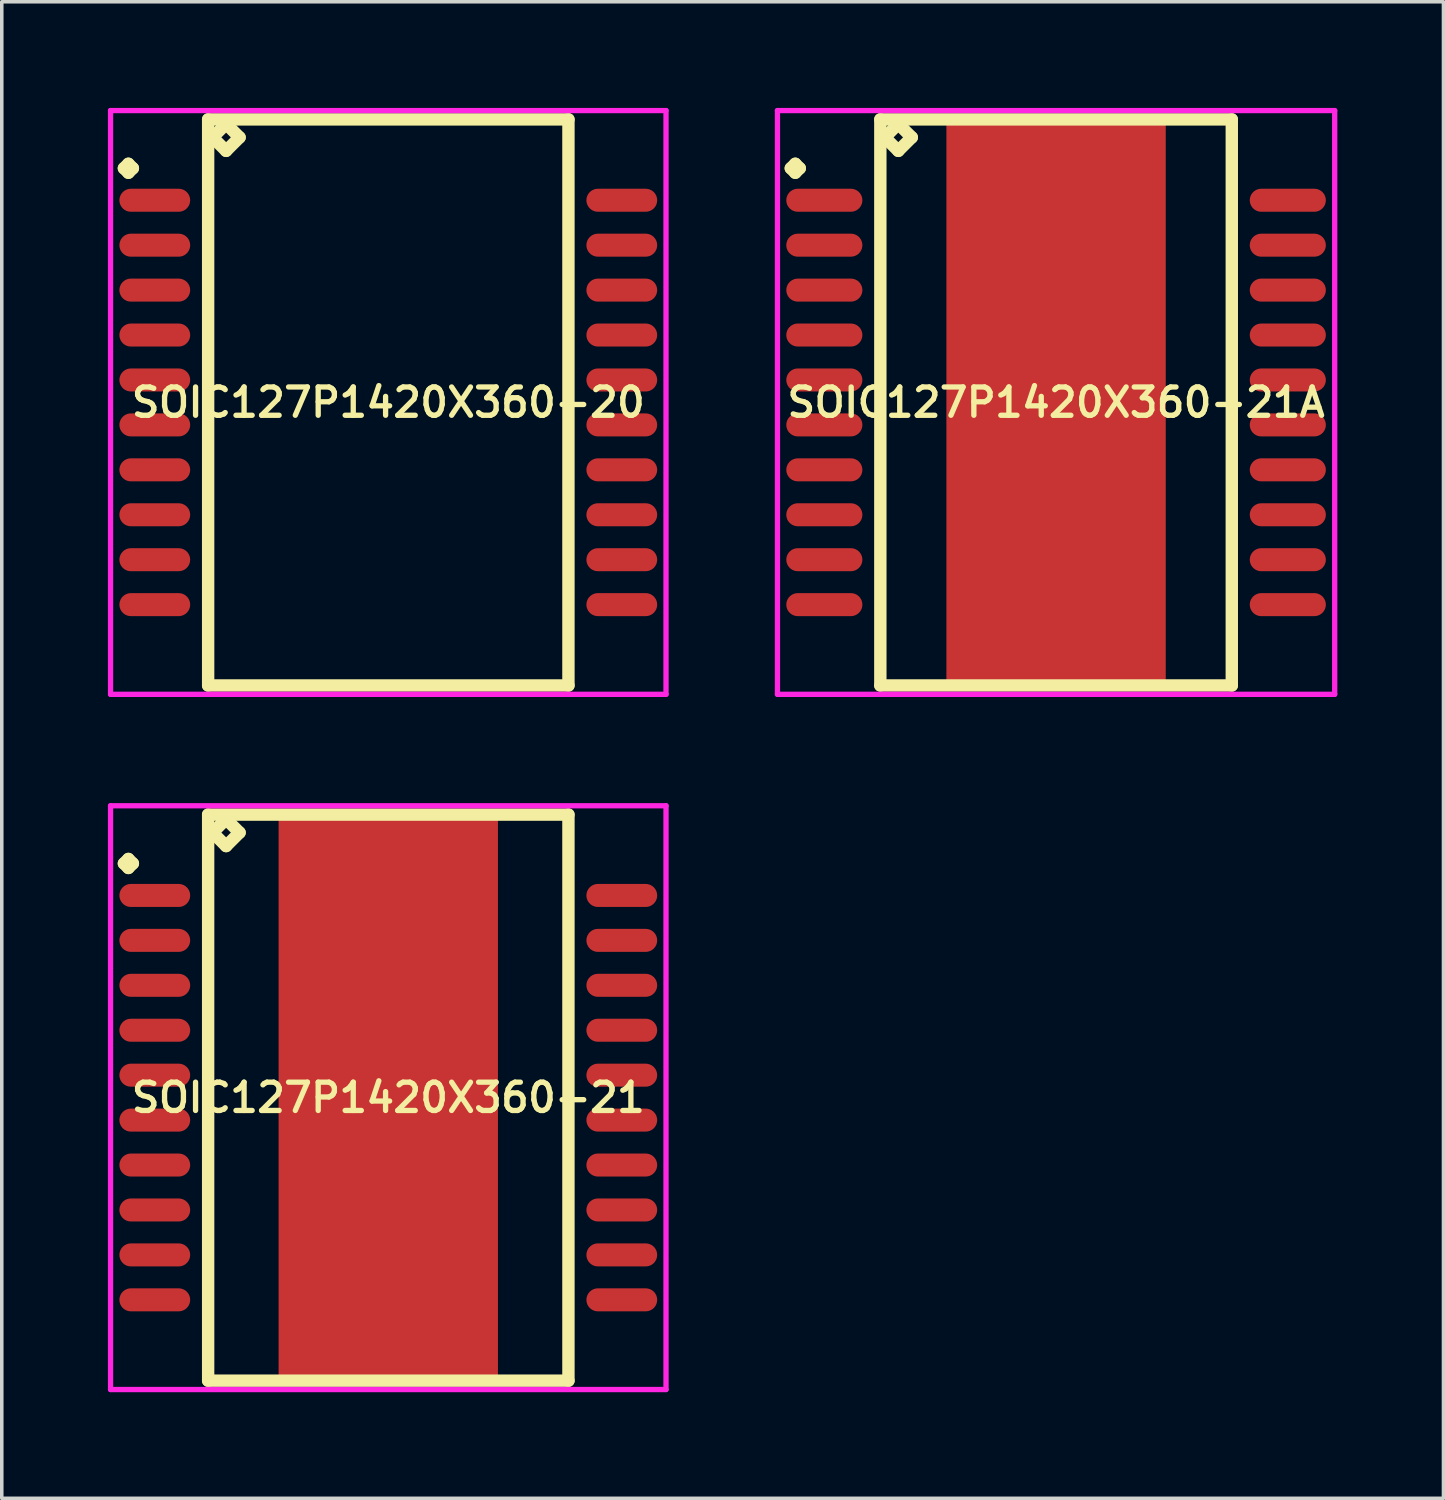
<source format=kicad_pcb>
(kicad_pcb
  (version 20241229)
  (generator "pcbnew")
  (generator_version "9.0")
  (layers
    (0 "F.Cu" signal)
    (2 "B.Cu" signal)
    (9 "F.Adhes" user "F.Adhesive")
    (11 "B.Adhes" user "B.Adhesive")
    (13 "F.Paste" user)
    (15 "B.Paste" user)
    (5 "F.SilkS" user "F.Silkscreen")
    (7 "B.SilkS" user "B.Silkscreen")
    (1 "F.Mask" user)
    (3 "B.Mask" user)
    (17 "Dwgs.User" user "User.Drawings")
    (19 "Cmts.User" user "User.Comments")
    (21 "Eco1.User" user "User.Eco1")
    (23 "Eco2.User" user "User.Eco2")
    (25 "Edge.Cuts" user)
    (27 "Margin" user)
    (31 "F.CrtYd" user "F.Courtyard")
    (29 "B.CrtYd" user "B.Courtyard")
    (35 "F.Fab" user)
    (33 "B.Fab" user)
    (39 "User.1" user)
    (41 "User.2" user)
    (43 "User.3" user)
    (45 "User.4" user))
  (footprint "SOIC127P1420X360-21"
    (layer "F.Cu")
    (at 7.925 27.975)
    (property "Reference" "SOIC127P1420X360-21" (at 0 0 0) (layer "F.SilkS") (effects (font (size 0.8 0.8) (thickness 0.15))))
    (attr smd)
    (fp_line (start -7.473 -6.619) (end -7.346 -6.746) (stroke (width 0.35) (type solid)) (layer "F.SilkS"))
    (fp_line (start -7.346 -6.746) (end -7.219 -6.619) (stroke (width 0.35) (type solid)) (layer "F.SilkS"))
    (fp_line (start -7.346 -6.492) (end -7.473 -6.619) (stroke (width 0.35) (type solid)) (layer "F.SilkS"))
    (fp_line (start -7.219 -6.619) (end -7.346 -6.492) (stroke (width 0.35) (type solid)) (layer "F.SilkS"))
    (fp_line (start -5.092 -8) (end -5.092 8) (stroke (width 0.35) (type solid)) (layer "F.SilkS"))
    (fp_line (start -5.092 8) (end 5.092 8) (stroke (width 0.35) (type solid)) (layer "F.SilkS"))
    (fp_line (start -4.965 -7.492) (end -4.584 -7.873) (stroke (width 0.35) (type solid)) (layer "F.SilkS"))
    (fp_line (start -4.584 -7.873) (end -4.203 -7.492) (stroke (width 0.35) (type solid)) (layer "F.SilkS"))
    (fp_line (start -4.584 -7.111) (end -4.965 -7.492) (stroke (width 0.35) (type solid)) (layer "F.SilkS"))
    (fp_line (start -4.203 -7.492) (end -4.584 -7.111) (stroke (width 0.35) (type solid)) (layer "F.SilkS"))
    (fp_line (start 5.092 -8) (end -5.092 -8) (stroke (width 0.35) (type solid)) (layer "F.SilkS"))
    (fp_line (start 5.092 8) (end 5.092 -8) (stroke (width 0.35) (type solid)) (layer "F.SilkS"))
    (fp_line (start -7.85 -8.25) (end 7.85 -8.25) (stroke (width 0.15) (type solid)) (layer "F.CrtYd"))
    (fp_line (start -7.85 8.25) (end -7.85 -8.25) (stroke (width 0.15) (type solid)) (layer "F.CrtYd"))
    (fp_line (start 7.85 -8.25) (end 7.85 8.25) (stroke (width 0.15) (type solid)) (layer "F.CrtYd"))
    (fp_line (start 7.85 8.25) (end -7.85 8.25) (stroke (width 0.15) (type solid)) (layer "F.CrtYd"))
    (pad "1" smd oval (at -6.6 -5.715) (size 2 0.65) (layers "F.Cu" "F.Mask" "F.Paste"))
    (pad "2" smd oval (at -6.6 -4.445) (size 2 0.65) (layers "F.Cu" "F.Mask" "F.Paste"))
    (pad "3" smd oval (at -6.6 -3.175) (size 2 0.65) (layers "F.Cu" "F.Mask" "F.Paste"))
    (pad "4" smd oval (at -6.6 -1.905) (size 2 0.65) (layers "F.Cu" "F.Mask" "F.Paste"))
    (pad "5" smd oval (at -6.6 -0.635) (size 2 0.65) (layers "F.Cu" "F.Mask" "F.Paste"))
    (pad "6" smd oval (at -6.6 0.635) (size 2 0.65) (layers "F.Cu" "F.Mask" "F.Paste"))
    (pad "7" smd oval (at -6.6 1.905) (size 2 0.65) (layers "F.Cu" "F.Mask" "F.Paste"))
    (pad "8" smd oval (at -6.6 3.175) (size 2 0.65) (layers "F.Cu" "F.Mask" "F.Paste"))
    (pad "9" smd oval (at -6.6 4.445) (size 2 0.65) (layers "F.Cu" "F.Mask" "F.Paste"))
    (pad "10" smd oval (at -6.6 5.715) (size 2 0.65) (layers "F.Cu" "F.Mask" "F.Paste"))
    (pad "11" smd oval (at 6.6 5.715) (size 2 0.65) (layers "F.Cu" "F.Mask" "F.Paste"))
    (pad "12" smd oval (at 6.6 4.445) (size 2 0.65) (layers "F.Cu" "F.Mask" "F.Paste"))
    (pad "13" smd oval (at 6.6 3.175) (size 2 0.65) (layers "F.Cu" "F.Mask" "F.Paste"))
    (pad "14" smd oval (at 6.6 1.905) (size 2 0.65) (layers "F.Cu" "F.Mask" "F.Paste"))
    (pad "15" smd oval (at 6.6 0.635) (size 2 0.65) (layers "F.Cu" "F.Mask" "F.Paste"))
    (pad "16" smd oval (at 6.6 -0.635) (size 2 0.65) (layers "F.Cu" "F.Mask" "F.Paste"))
    (pad "17" smd oval (at 6.6 -1.905) (size 2 0.65) (layers "F.Cu" "F.Mask" "F.Paste"))
    (pad "18" smd oval (at 6.6 -3.175) (size 2 0.65) (layers "F.Cu" "F.Mask" "F.Paste"))
    (pad "19" smd oval (at 6.6 -4.445) (size 2 0.65) (layers "F.Cu" "F.Mask" "F.Paste"))
    (pad "20" smd oval (at 6.6 -5.715) (size 2 0.65) (layers "F.Cu" "F.Mask" "F.Paste"))
    (pad "21" smd rect (at 0 0) (size 6.2 16) (layers "F.Cu" "F.Mask" "F.Paste")))
  (footprint "SOIC127P1420X360-20"
    (layer "F.Cu")
    (at 7.925 8.325)
    (property "Reference" "SOIC127P1420X360-20" (at 0 0 0) (layer "F.SilkS") (effects (font (size 0.8 0.8) (thickness 0.15))))
    (attr through_hole)
    (fp_line (start -7.473 -6.619) (end -7.346 -6.746) (stroke (width 0.35) (type solid)) (layer "F.SilkS"))
    (fp_line (start -7.346 -6.746) (end -7.219 -6.619) (stroke (width 0.35) (type solid)) (layer "F.SilkS"))
    (fp_line (start -7.346 -6.492) (end -7.473 -6.619) (stroke (width 0.35) (type solid)) (layer "F.SilkS"))
    (fp_line (start -7.219 -6.619) (end -7.346 -6.492) (stroke (width 0.35) (type solid)) (layer "F.SilkS"))
    (fp_line (start -5.092 -8) (end -5.092 8) (stroke (width 0.35) (type solid)) (layer "F.SilkS"))
    (fp_line (start -5.092 8) (end 5.092 8) (stroke (width 0.35) (type solid)) (layer "F.SilkS"))
    (fp_line (start -4.965 -7.492) (end -4.584 -7.873) (stroke (width 0.35) (type solid)) (layer "F.SilkS"))
    (fp_line (start -4.584 -7.873) (end -4.203 -7.492) (stroke (width 0.35) (type solid)) (layer "F.SilkS"))
    (fp_line (start -4.584 -7.111) (end -4.965 -7.492) (stroke (width 0.35) (type solid)) (layer "F.SilkS"))
    (fp_line (start -4.203 -7.492) (end -4.584 -7.111) (stroke (width 0.35) (type solid)) (layer "F.SilkS"))
    (fp_line (start 5.092 -8) (end -5.092 -8) (stroke (width 0.35) (type solid)) (layer "F.SilkS"))
    (fp_line (start 5.092 8) (end 5.092 -8) (stroke (width 0.35) (type solid)) (layer "F.SilkS"))
    (fp_line (start -7.85 -8.25) (end 7.85 -8.25) (stroke (width 0.15) (type solid)) (layer "F.CrtYd"))
    (fp_line (start -7.85 8.25) (end -7.85 -8.25) (stroke (width 0.15) (type solid)) (layer "F.CrtYd"))
    (fp_line (start 7.85 -8.25) (end 7.85 8.25) (stroke (width 0.15) (type solid)) (layer "F.CrtYd"))
    (fp_line (start 7.85 8.25) (end -7.85 8.25) (stroke (width 0.15) (type solid)) (layer "F.CrtYd"))
    (pad "1" smd oval (at -6.6 -5.715) (size 2 0.65) (layers "F.Cu" "F.Mask" "F.Paste"))
    (pad "2" smd oval (at -6.6 -4.445) (size 2 0.65) (layers "F.Cu" "F.Mask" "F.Paste"))
    (pad "3" smd oval (at -6.6 -3.175) (size 2 0.65) (layers "F.Cu" "F.Mask" "F.Paste"))
    (pad "4" smd oval (at -6.6 -1.905) (size 2 0.65) (layers "F.Cu" "F.Mask" "F.Paste"))
    (pad "5" smd oval (at -6.6 -0.635) (size 2 0.65) (layers "F.Cu" "F.Mask" "F.Paste"))
    (pad "6" smd oval (at -6.6 0.635) (size 2 0.65) (layers "F.Cu" "F.Mask" "F.Paste"))
    (pad "7" smd oval (at -6.6 1.905) (size 2 0.65) (layers "F.Cu" "F.Mask" "F.Paste"))
    (pad "8" smd oval (at -6.6 3.175) (size 2 0.65) (layers "F.Cu" "F.Mask" "F.Paste"))
    (pad "9" smd oval (at -6.6 4.445) (size 2 0.65) (layers "F.Cu" "F.Mask" "F.Paste"))
    (pad "10" smd oval (at -6.6 5.715) (size 2 0.65) (layers "F.Cu" "F.Mask" "F.Paste"))
    (pad "11" smd oval (at 6.6 5.715) (size 2 0.65) (layers "F.Cu" "F.Mask" "F.Paste"))
    (pad "12" smd oval (at 6.6 4.445) (size 2 0.65) (layers "F.Cu" "F.Mask" "F.Paste"))
    (pad "13" smd oval (at 6.6 3.175) (size 2 0.65) (layers "F.Cu" "F.Mask" "F.Paste"))
    (pad "14" smd oval (at 6.6 1.905) (size 2 0.65) (layers "F.Cu" "F.Mask" "F.Paste"))
    (pad "15" smd oval (at 6.6 0.635) (size 2 0.65) (layers "F.Cu" "F.Mask" "F.Paste"))
    (pad "16" smd oval (at 6.6 -0.635) (size 2 0.65) (layers "F.Cu" "F.Mask" "F.Paste"))
    (pad "17" smd oval (at 6.6 -1.905) (size 2 0.65) (layers "F.Cu" "F.Mask" "F.Paste"))
    (pad "18" smd oval (at 6.6 -3.175) (size 2 0.65) (layers "F.Cu" "F.Mask" "F.Paste"))
    (pad "19" smd oval (at 6.6 -4.445) (size 2 0.65) (layers "F.Cu" "F.Mask" "F.Paste"))
    (pad "20" smd oval (at 6.6 -5.715) (size 2 0.65) (layers "F.Cu" "F.Mask" "F.Paste")))
  (footprint "SOIC127P1420X360-21A"
    (layer "F.Cu")
    (at 26.8 8.325)
    (property "Reference" "SOIC127P1420X360-21A" (at 0 0 0) (layer "F.SilkS") (effects (font (size 0.8 0.8) (thickness 0.15))))
    (attr smd)
    (fp_line (start -7.498 -6.619) (end -7.371 -6.746) (stroke (width 0.35) (type solid)) (layer "F.SilkS"))
    (fp_line (start -7.371 -6.746) (end -7.244 -6.619) (stroke (width 0.35) (type solid)) (layer "F.SilkS"))
    (fp_line (start -7.371 -6.492) (end -7.498 -6.619) (stroke (width 0.35) (type solid)) (layer "F.SilkS"))
    (fp_line (start -7.244 -6.619) (end -7.371 -6.492) (stroke (width 0.35) (type solid)) (layer "F.SilkS"))
    (fp_line (start -4.967 -8) (end -4.967 8) (stroke (width 0.35) (type solid)) (layer "F.SilkS"))
    (fp_line (start -4.967 8) (end 4.967 8) (stroke (width 0.35) (type solid)) (layer "F.SilkS"))
    (fp_line (start -4.84 -7.492) (end -4.459 -7.873) (stroke (width 0.35) (type solid)) (layer "F.SilkS"))
    (fp_line (start -4.459 -7.873) (end -4.078 -7.492) (stroke (width 0.35) (type solid)) (layer "F.SilkS"))
    (fp_line (start -4.459 -7.111) (end -4.84 -7.492) (stroke (width 0.35) (type solid)) (layer "F.SilkS"))
    (fp_line (start -4.078 -7.492) (end -4.459 -7.111) (stroke (width 0.35) (type solid)) (layer "F.SilkS"))
    (fp_line (start 4.967 -8) (end -4.967 -8) (stroke (width 0.35) (type solid)) (layer "F.SilkS"))
    (fp_line (start 4.967 8) (end 4.967 -8) (stroke (width 0.35) (type solid)) (layer "F.SilkS"))
    (fp_line (start -7.875 -8.25) (end 7.875 -8.25) (stroke (width 0.15) (type solid)) (layer "F.CrtYd"))
    (fp_line (start -7.875 8.25) (end -7.875 -8.25) (stroke (width 0.15) (type solid)) (layer "F.CrtYd"))
    (fp_line (start 7.875 -8.25) (end 7.875 8.25) (stroke (width 0.15) (type solid)) (layer "F.CrtYd"))
    (fp_line (start 7.875 8.25) (end -7.875 8.25) (stroke (width 0.15) (type solid)) (layer "F.CrtYd"))
    (pad "1" smd oval (at -6.55 -5.715) (size 2.15 0.65) (layers "F.Cu" "F.Mask" "F.Paste"))
    (pad "2" smd oval (at -6.55 -4.445) (size 2.15 0.65) (layers "F.Cu" "F.Mask" "F.Paste"))
    (pad "3" smd oval (at -6.55 -3.175) (size 2.15 0.65) (layers "F.Cu" "F.Mask" "F.Paste"))
    (pad "4" smd oval (at -6.55 -1.905) (size 2.15 0.65) (layers "F.Cu" "F.Mask" "F.Paste"))
    (pad "5" smd oval (at -6.55 -0.635) (size 2.15 0.65) (layers "F.Cu" "F.Mask" "F.Paste"))
    (pad "6" smd oval (at -6.55 0.635) (size 2.15 0.65) (layers "F.Cu" "F.Mask" "F.Paste"))
    (pad "7" smd oval (at -6.55 1.905) (size 2.15 0.65) (layers "F.Cu" "F.Mask" "F.Paste"))
    (pad "8" smd oval (at -6.55 3.175) (size 2.15 0.65) (layers "F.Cu" "F.Mask" "F.Paste"))
    (pad "9" smd oval (at -6.55 4.445) (size 2.15 0.65) (layers "F.Cu" "F.Mask" "F.Paste"))
    (pad "10" smd oval (at -6.55 5.715) (size 2.15 0.65) (layers "F.Cu" "F.Mask" "F.Paste"))
    (pad "11" smd oval (at 6.55 5.715) (size 2.15 0.65) (layers "F.Cu" "F.Mask" "F.Paste"))
    (pad "12" smd oval (at 6.55 4.445) (size 2.15 0.65) (layers "F.Cu" "F.Mask" "F.Paste"))
    (pad "13" smd oval (at 6.55 3.175) (size 2.15 0.65) (layers "F.Cu" "F.Mask" "F.Paste"))
    (pad "14" smd oval (at 6.55 1.905) (size 2.15 0.65) (layers "F.Cu" "F.Mask" "F.Paste"))
    (pad "15" smd oval (at 6.55 0.635) (size 2.15 0.65) (layers "F.Cu" "F.Mask" "F.Paste"))
    (pad "16" smd oval (at 6.55 -0.635) (size 2.15 0.65) (layers "F.Cu" "F.Mask" "F.Paste"))
    (pad "17" smd oval (at 6.55 -1.905) (size 2.15 0.65) (layers "F.Cu" "F.Mask" "F.Paste"))
    (pad "18" smd oval (at 6.55 -3.175) (size 2.15 0.65) (layers "F.Cu" "F.Mask" "F.Paste"))
    (pad "19" smd oval (at 6.55 -4.445) (size 2.15 0.65) (layers "F.Cu" "F.Mask" "F.Paste"))
    (pad "20" smd oval (at 6.55 -5.715) (size 2.15 0.65) (layers "F.Cu" "F.Mask" "F.Paste"))
    (pad "21" smd rect (at 0 0) (size 6.2 16) (layers "F.Cu" "F.Mask" "F.Paste")))
  (gr_rect
    (start -3 -3)
    (end 37.75 39.3)
    (stroke (width 0.1) (type default))
    (fill no)
    (layer "Edge.Cuts")))
</source>
